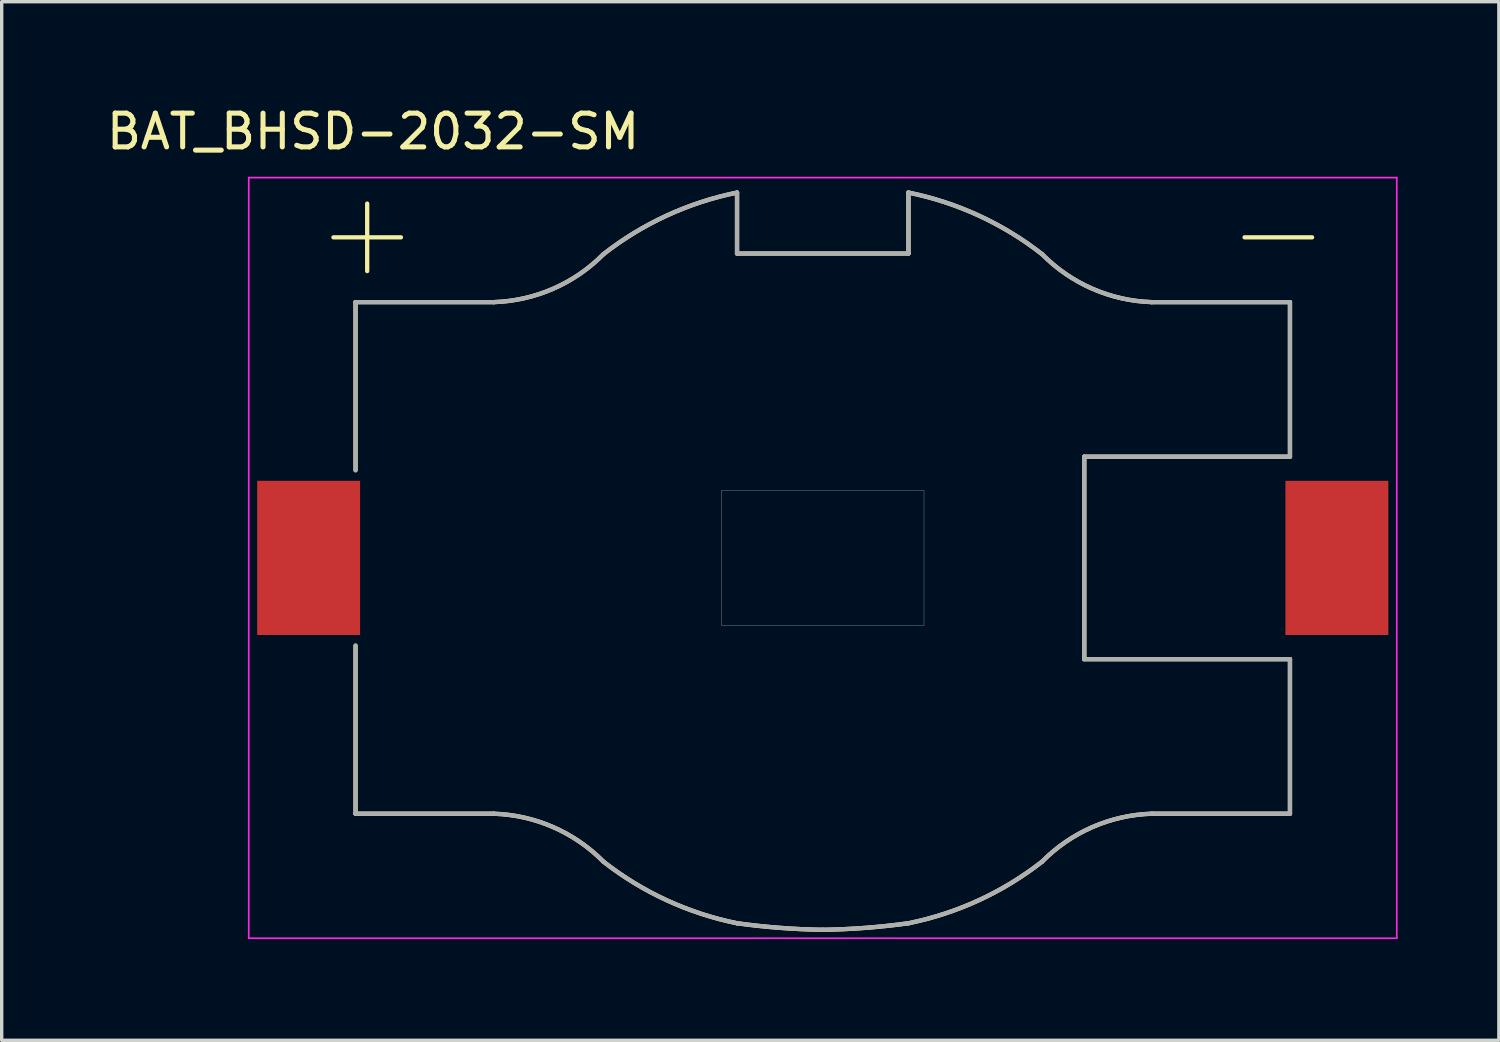
<source format=kicad_pcb>
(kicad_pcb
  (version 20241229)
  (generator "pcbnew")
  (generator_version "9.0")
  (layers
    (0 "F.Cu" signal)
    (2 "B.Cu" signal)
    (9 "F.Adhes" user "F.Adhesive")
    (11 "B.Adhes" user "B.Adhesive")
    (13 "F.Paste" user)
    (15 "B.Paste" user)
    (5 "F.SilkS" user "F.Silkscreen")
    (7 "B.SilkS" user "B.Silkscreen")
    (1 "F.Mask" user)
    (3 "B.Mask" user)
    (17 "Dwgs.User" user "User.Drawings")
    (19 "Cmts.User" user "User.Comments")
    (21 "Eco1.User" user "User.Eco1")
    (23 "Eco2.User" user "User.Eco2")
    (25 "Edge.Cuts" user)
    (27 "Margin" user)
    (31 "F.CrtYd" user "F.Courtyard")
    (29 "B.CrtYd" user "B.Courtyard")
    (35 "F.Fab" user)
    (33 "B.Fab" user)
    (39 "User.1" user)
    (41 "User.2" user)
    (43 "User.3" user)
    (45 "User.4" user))
  (footprint "BAT_BHSD-2032-SM"
    (layer "F.Cu")
    (at 21.331 13.483)
    (property "Reference" "BAT_BHSD-2032-SM" (at -13.325 -12.635 0) (layer "F.SilkS") (effects (font (size 1 1) (thickness 0.15))))
    (attr smd)
    (fp_line (start -13.845 -7.58) (end -13.845 -2.599) (stroke (width 0.127) (type solid)) (layer "F.SilkS"))
    (fp_line (start -13.845 7.58) (end -13.845 2.599) (stroke (width 0.127) (type solid)) (layer "F.SilkS"))
    (fp_line (start -13.5 -9.5) (end -14.5 -9.5) (stroke (width 0.127) (type solid)) (layer "F.SilkS"))
    (fp_line (start -13.5 -9.5) (end -13.5 -10.5) (stroke (width 0.127) (type solid)) (layer "F.SilkS"))
    (fp_line (start -13.5 -9.5) (end -13.5 -8.5) (stroke (width 0.127) (type solid)) (layer "F.SilkS"))
    (fp_line (start -12.5 -9.5) (end -13.5 -9.5) (stroke (width 0.127) (type solid)) (layer "F.SilkS"))
    (fp_line (start -9.75 -7.58) (end -13.845 -7.58) (stroke (width 0.127) (type solid)) (layer "F.SilkS"))
    (fp_line (start -9.75 7.58) (end -13.845 7.58) (stroke (width 0.127) (type solid)) (layer "F.SilkS"))
    (fp_line (start -2.54 -9.02) (end -2.54 -10.826) (stroke (width 0.127) (type solid)) (layer "F.SilkS"))
    (fp_line (start -2.54 -9.02) (end 2.54 -9.02) (stroke (width 0.127) (type solid)) (layer "F.SilkS"))
    (fp_line (start 2.54 -9.02) (end 2.54 -10.826) (stroke (width 0.127) (type solid)) (layer "F.SilkS"))
    (fp_line (start 7.75 -3) (end 7.75 3) (stroke (width 0.127) (type solid)) (layer "F.SilkS"))
    (fp_line (start 7.75 3) (end 13.845 3) (stroke (width 0.127) (type solid)) (layer "F.SilkS"))
    (fp_line (start 9.75 -7.58) (end 13.845 -7.58) (stroke (width 0.127) (type solid)) (layer "F.SilkS"))
    (fp_line (start 9.75 7.58) (end 13.845 7.58) (stroke (width 0.127) (type solid)) (layer "F.SilkS"))
    (fp_line (start 13.845 -7.58) (end 13.845 -3) (stroke (width 0.127) (type solid)) (layer "F.SilkS"))
    (fp_line (start 13.845 -3) (end 7.75 -3) (stroke (width 0.127) (type solid)) (layer "F.SilkS"))
    (fp_line (start 13.845 7.58) (end 13.845 3) (stroke (width 0.127) (type solid)) (layer "F.SilkS"))
    (fp_line (start 14.5 -9.5) (end 12.5 -9.5) (stroke (width 0.127) (type solid)) (layer "F.SilkS"))
    (fp_arc (start -9.75 7.58) (mid -7.988267 7.977054) (end -6.5 9) (stroke (width 0.127) (type solid)) (layer "F.SilkS"))
    (fp_arc (start -6.5 -9) (mid -7.988267 -7.977054) (end -9.75 -7.58) (stroke (width 0.127) (type solid)) (layer "F.SilkS"))
    (fp_arc (start -6.5 -9) (mid -4.626324 -10.143582) (end -2.54 -10.826) (stroke (width 0.127) (type solid)) (layer "F.SilkS"))
    (fp_arc (start -2.54 10.826) (mid -4.626324 10.143582) (end -6.5 9) (stroke (width 0.127) (type solid)) (layer "F.SilkS"))
    (fp_arc (start 0 11.02) (mid -1.27297 10.961886) (end -2.54 10.826) (stroke (width 0.127) (type solid)) (layer "F.SilkS"))
    (fp_arc (start 2.54 -10.826) (mid 4.626324 -10.143582) (end 6.5 -9) (stroke (width 0.127) (type solid)) (layer "F.SilkS"))
    (fp_arc (start 2.54 10.826) (mid 1.27297 10.961886) (end 0 11.02) (stroke (width 0.127) (type solid)) (layer "F.SilkS"))
    (fp_arc (start 6.5 9) (mid 4.626324 10.143582) (end 2.54 10.826) (stroke (width 0.127) (type solid)) (layer "F.SilkS"))
    (fp_arc (start 6.5 9) (mid 7.988267 7.977054) (end 9.75 7.58) (stroke (width 0.127) (type solid)) (layer "F.SilkS"))
    (fp_arc (start 9.75 -7.58) (mid 7.988267 -7.977054) (end 6.5 -9) (stroke (width 0.127) (type solid)) (layer "F.SilkS"))
    (fp_line (start -17.01 -11.27) (end 17.01 -11.27) (stroke (width 0.05) (type solid)) (layer "F.CrtYd"))
    (fp_line (start -17.01 11.27) (end -17.01 -11.27) (stroke (width 0.05) (type solid)) (layer "F.CrtYd"))
    (fp_line (start 17.01 -11.27) (end 17.01 11.27) (stroke (width 0.05) (type solid)) (layer "F.CrtYd"))
    (fp_line (start 17.01 11.27) (end -17.01 11.27) (stroke (width 0.05) (type solid)) (layer "F.CrtYd"))
    (fp_line (start -13.845 -7.58) (end -13.845 -2.599) (stroke (width 0.127) (type solid)) (layer "F.Fab"))
    (fp_line (start -13.845 7.58) (end -13.845 2.599) (stroke (width 0.127) (type solid)) (layer "F.Fab"))
    (fp_line (start -9.75 -7.58) (end -13.845 -7.58) (stroke (width 0.127) (type solid)) (layer "F.Fab"))
    (fp_line (start -9.75 7.58) (end -13.845 7.58) (stroke (width 0.127) (type solid)) (layer "F.Fab"))
    (fp_line (start -2.54 -9.02) (end -2.54 -10.826) (stroke (width 0.127) (type solid)) (layer "F.Fab"))
    (fp_line (start -2.54 -9.02) (end 2.54 -9.02) (stroke (width 0.127) (type solid)) (layer "F.Fab"))
    (fp_line (start 2.54 -9.02) (end 2.54 -10.826) (stroke (width 0.127) (type solid)) (layer "F.Fab"))
    (fp_line (start 7.75 -3) (end 7.75 3) (stroke (width 0.127) (type solid)) (layer "F.Fab"))
    (fp_line (start 7.75 3) (end 13.845 3) (stroke (width 0.127) (type solid)) (layer "F.Fab"))
    (fp_line (start 9.75 -7.58) (end 13.845 -7.58) (stroke (width 0.127) (type solid)) (layer "F.Fab"))
    (fp_line (start 9.75 7.58) (end 13.845 7.58) (stroke (width 0.127) (type solid)) (layer "F.Fab"))
    (fp_line (start 13.845 -7.58) (end 13.845 -3) (stroke (width 0.127) (type solid)) (layer "F.Fab"))
    (fp_line (start 13.845 -3) (end 7.75 -3) (stroke (width 0.127) (type solid)) (layer "F.Fab"))
    (fp_line (start 13.845 7.58) (end 13.845 3) (stroke (width 0.127) (type solid)) (layer "F.Fab"))
    (fp_arc (start -9.75 7.58) (mid -7.988267 7.977054) (end -6.5 9) (stroke (width 0.127) (type solid)) (layer "F.Fab"))
    (fp_arc (start -6.5 -9) (mid -7.988267 -7.977054) (end -9.75 -7.58) (stroke (width 0.127) (type solid)) (layer "F.Fab"))
    (fp_arc (start -6.5 -9) (mid -4.626324 -10.143582) (end -2.54 -10.826) (stroke (width 0.127) (type solid)) (layer "F.Fab"))
    (fp_arc (start -2.54 10.826) (mid -4.626324 10.143582) (end -6.5 9) (stroke (width 0.127) (type solid)) (layer "F.Fab"))
    (fp_arc (start 0 11.02) (mid -1.27297 10.961886) (end -2.54 10.826) (stroke (width 0.127) (type solid)) (layer "F.Fab"))
    (fp_arc (start 2.54 -10.826) (mid 4.626324 -10.143582) (end 6.5 -9) (stroke (width 0.127) (type solid)) (layer "F.Fab"))
    (fp_arc (start 2.54 10.826) (mid 1.27297 10.961886) (end 0 11.02) (stroke (width 0.127) (type solid)) (layer "F.Fab"))
    (fp_arc (start 6.5 9) (mid 4.626324 10.143582) (end 2.54 10.826) (stroke (width 0.127) (type solid)) (layer "F.Fab"))
    (fp_arc (start 6.5 9) (mid 7.988267 7.977054) (end 9.75 7.58) (stroke (width 0.127) (type solid)) (layer "F.Fab"))
    (fp_arc (start 9.75 -7.58) (mid 7.988267 -7.977054) (end 6.5 -9) (stroke (width 0.127) (type solid)) (layer "F.Fab"))
    (fp_poly (pts (xy -3 -2) (xy 3 -2) (xy 3 2) (xy -3 2)) (stroke (width 0.01) (type solid)) (fill no) (layer "F.Fab"))
    (pad "+" smd rect (at -15.235 0) (size 3.05 4.57) (layers "F.Cu" "F.Mask" "F.Paste"))
    (pad "-" smd rect (at 15.235 0) (size 3.05 4.57) (layers "F.Cu" "F.Mask" "F.Paste")))
  (gr_rect
    (start -3 -3)
    (end 41.366 27.778)
    (stroke (width 0.1) (type default))
    (fill no)
    (layer "Edge.Cuts")))
</source>
